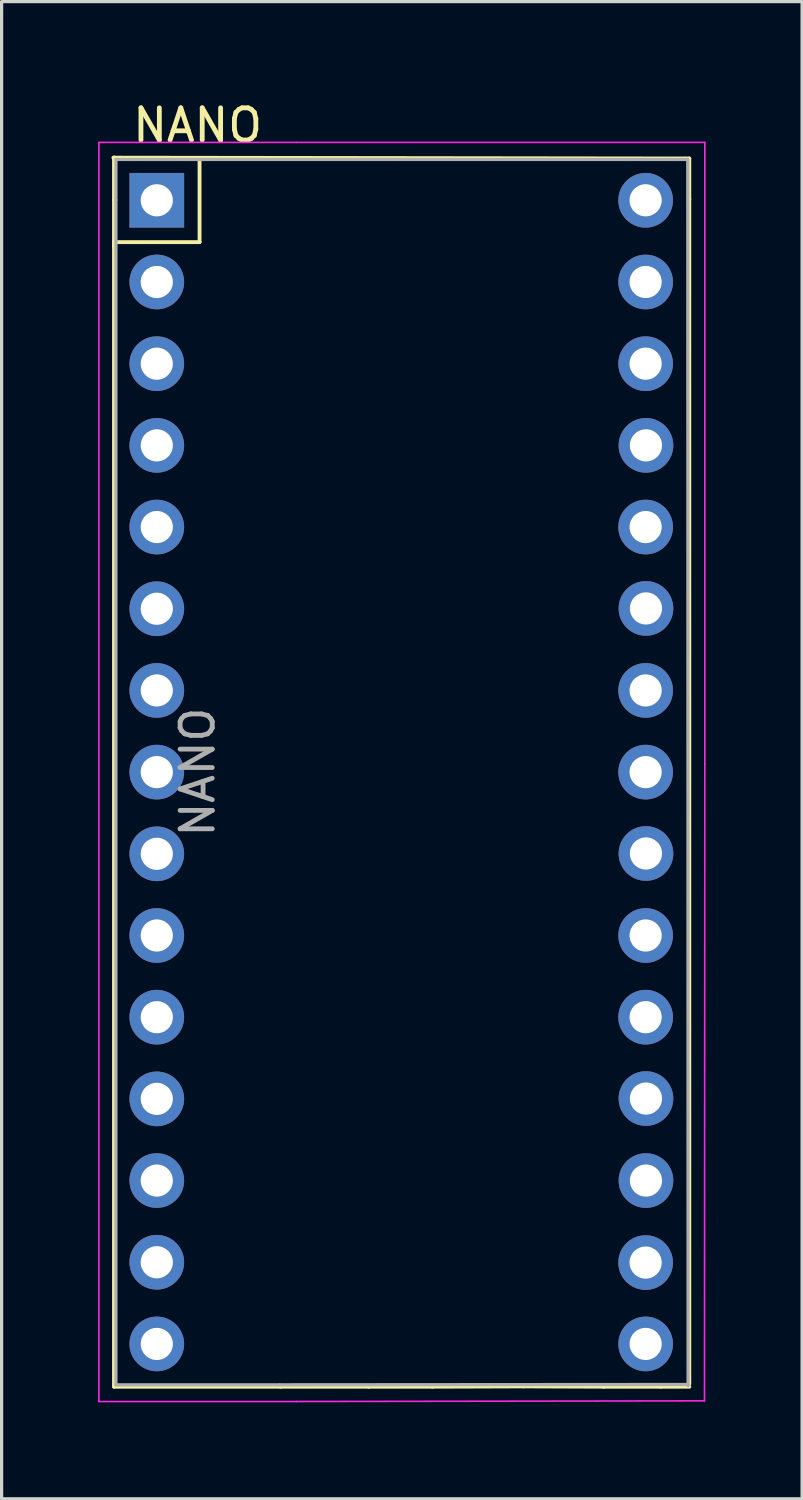
<source format=kicad_pcb>
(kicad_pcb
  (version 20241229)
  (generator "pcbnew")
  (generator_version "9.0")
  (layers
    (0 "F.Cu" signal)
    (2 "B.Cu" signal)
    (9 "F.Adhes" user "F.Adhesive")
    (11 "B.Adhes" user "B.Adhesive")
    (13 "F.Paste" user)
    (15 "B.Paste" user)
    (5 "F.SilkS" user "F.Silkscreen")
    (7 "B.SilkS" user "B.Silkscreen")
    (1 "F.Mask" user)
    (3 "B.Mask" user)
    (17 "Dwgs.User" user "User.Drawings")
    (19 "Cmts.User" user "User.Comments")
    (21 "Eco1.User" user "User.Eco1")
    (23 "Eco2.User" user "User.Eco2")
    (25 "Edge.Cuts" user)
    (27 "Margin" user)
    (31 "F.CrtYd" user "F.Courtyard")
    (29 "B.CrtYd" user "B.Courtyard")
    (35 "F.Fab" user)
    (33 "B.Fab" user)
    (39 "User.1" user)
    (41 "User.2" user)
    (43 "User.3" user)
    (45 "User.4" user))
  (footprint "NANO"
    (layer "F.Cu")
    (at 8.985 20.928)
    (property "Reference" "NANO" (at -5.89 -20.08 0) (layer "F.SilkS") (effects (font (size 1 1) (thickness 0.15))))
    (attr through_hole)
    (fp_line (start -8.509 -19.075) (end 9.246 -19.05) (stroke (width 0.12) (type solid)) (layer "F.SilkS"))
    (fp_line (start -8.49 -17.76) (end -8.49 -16.31) (stroke (width 0.12) (type solid)) (layer "F.SilkS"))
    (fp_line (start -8.49 -17.75) (end -8.49 -19.08) (stroke (width 0.12) (type solid)) (layer "F.SilkS"))
    (fp_line (start -8.49 -16.48) (end -8.49 19.14) (stroke (width 0.12) (type solid)) (layer "F.SilkS"))
    (fp_line (start -8.49 -16.45) (end -5.83 -16.45) (stroke (width 0.12) (type solid)) (layer "F.SilkS"))
    (fp_line (start -8.49 19.14) (end -3.31 19.14) (stroke (width 0.12) (type solid)) (layer "F.SilkS"))
    (fp_line (start -5.83 -16.45) (end -5.83 -19.07) (stroke (width 0.12) (type solid)) (layer "F.SilkS"))
    (fp_line (start -3.31 19.14) (end -0.57 19.14) (stroke (width 0.12) (type solid)) (layer "F.SilkS"))
    (fp_line (start -0.57 19.14) (end 1.41 19.14) (stroke (width 0.12) (type solid)) (layer "F.SilkS"))
    (fp_line (start 1.41 19.14) (end 4.24 19.13) (stroke (width 0.12) (type solid)) (layer "F.SilkS"))
    (fp_line (start 4.24 19.13) (end 6.74 19.14) (stroke (width 0.12) (type solid)) (layer "F.SilkS"))
    (fp_line (start 6.74 19.14) (end 8.51 19.14) (stroke (width 0.12) (type solid)) (layer "F.SilkS"))
    (fp_line (start 8.51 19.14) (end 9.4 19.14) (stroke (width 0.12) (type solid)) (layer "F.SilkS"))
    (fp_line (start 9.398 -19.05) (end 9.271 -19.05) (stroke (width 0.12) (type solid)) (layer "F.SilkS"))
    (fp_line (start 9.398 -17.78) (end 9.398 -19.05) (stroke (width 0.12) (type solid)) (layer "F.SilkS"))
    (fp_line (start 9.398 -17.78) (end 9.398 19.05) (stroke (width 0.12) (type solid)) (layer "F.SilkS"))
    (fp_line (start -8.96 -19.55) (end -8.96 19.6) (stroke (width 0.05) (type solid)) (layer "F.CrtYd"))
    (fp_line (start -8.96 19.6) (end -2.81 19.6) (stroke (width 0.05) (type solid)) (layer "F.CrtYd"))
    (fp_line (start -2.81 -19.55) (end -8.96 -19.55) (stroke (width 0.05) (type solid)) (layer "F.CrtYd"))
    (fp_line (start -2.81 -19.55) (end 9.88 -19.55) (stroke (width 0.05) (type solid)) (layer "F.CrtYd"))
    (fp_line (start -2.81 19.6) (end 9.87 19.58) (stroke (width 0.05) (type solid)) (layer "F.CrtYd"))
    (fp_line (start 9.87 19.58) (end 9.88 -0.23) (stroke (width 0.05) (type solid)) (layer "F.CrtYd"))
    (fp_line (start 9.88 -19.55) (end 9.88 -0.22) (stroke (width 0.05) (type solid)) (layer "F.CrtYd"))
    (fp_line (start -8.43 -19.02) (end -6.9 -19.02) (stroke (width 0.1) (type solid)) (layer "F.Fab"))
    (fp_line (start -8.43 -17.76) (end -8.43 -19.02) (stroke (width 0.1) (type solid)) (layer "F.Fab"))
    (fp_line (start -8.43 19.08) (end -8.43 -17.75) (stroke (width 0.1) (type solid)) (layer "F.Fab"))
    (fp_line (start -6.9 -19.02) (end -3.33 -19.02) (stroke (width 0.1) (type solid)) (layer "F.Fab"))
    (fp_line (start -3.35 19.08) (end -8.43 19.08) (stroke (width 0.1) (type solid)) (layer "F.Fab"))
    (fp_line (start -3.34 -19.02) (end 0.39 -19.02) (stroke (width 0.1) (type solid)) (layer "F.Fab"))
    (fp_line (start -3.33 19.08) (end 9.36 19.07) (stroke (width 0.1) (type solid)) (layer "F.Fab"))
    (fp_line (start 0.39 -19.02) (end 3.09 -19.02) (stroke (width 0.1) (type solid)) (layer "F.Fab"))
    (fp_line (start 3.09 -19.02) (end 6.25 -19.02) (stroke (width 0.1) (type solid)) (layer "F.Fab"))
    (fp_line (start 6.25 -19.02) (end 8.81 -19.02) (stroke (width 0.1) (type solid)) (layer "F.Fab"))
    (fp_line (start 8.81 -19.02) (end 9.35 -19.02) (stroke (width 0.1) (type solid)) (layer "F.Fab"))
    (fp_line (start 9.35 -19.02) (end 9.36 19.11) (stroke (width 0.1) (type solid)) (layer "F.Fab"))
    (fp_text user "${REFERENCE}" (at -5.89 0.03 90) (layer "F.Fab") (effects (font (size 1 1) (thickness 0.15))))
    (pad "1" thru_hole rect (at -7.16 -17.75) (size 1.7 1.7) (drill 1) (layers "*.Cu" "*.Mask"))
    (pad "2" thru_hole oval (at -7.16 -15.21) (size 1.7 1.7) (drill 1) (layers "*.Cu" "*.Mask"))
    (pad "3" thru_hole oval (at -7.16 -12.67) (size 1.7 1.7) (drill 1) (layers "*.Cu" "*.Mask"))
    (pad "4" thru_hole oval (at -7.16 -10.13) (size 1.7 1.7) (drill 1) (layers "*.Cu" "*.Mask"))
    (pad "5" thru_hole oval (at -7.16 -7.59) (size 1.7 1.7) (drill 1) (layers "*.Cu" "*.Mask"))
    (pad "6" thru_hole oval (at -7.16 -5.05) (size 1.7 1.7) (drill 1) (layers "*.Cu" "*.Mask"))
    (pad "7" thru_hole oval (at -7.16 -2.51) (size 1.7 1.7) (drill 1) (layers "*.Cu" "*.Mask"))
    (pad "8" thru_hole oval (at -7.16 0.03) (size 1.7 1.7) (drill 1) (layers "*.Cu" "*.Mask"))
    (pad "9" thru_hole oval (at -7.16 2.57) (size 1.7 1.7) (drill 1) (layers "*.Cu" "*.Mask"))
    (pad "10" thru_hole oval (at -7.16 5.11) (size 1.7 1.7) (drill 1) (layers "*.Cu" "*.Mask"))
    (pad "11" thru_hole oval (at -7.16 7.65) (size 1.7 1.7) (drill 1) (layers "*.Cu" "*.Mask"))
    (pad "12" thru_hole oval (at -7.16 10.19) (size 1.7 1.7) (drill 1) (layers "*.Cu" "*.Mask"))
    (pad "13" thru_hole oval (at -7.16 12.73) (size 1.7 1.7) (drill 1) (layers "*.Cu" "*.Mask"))
    (pad "14" thru_hole oval (at -7.16 15.27) (size 1.7 1.7) (drill 1) (layers "*.Cu" "*.Mask"))
    (pad "15" thru_hole oval (at -7.16 17.81) (size 1.7 1.7) (drill 1) (layers "*.Cu" "*.Mask"))
    (pad "16" thru_hole oval (at 8.04 17.81) (size 1.7 1.7) (drill 1) (layers "*.Cu" "*.Mask"))
    (pad "17" thru_hole oval (at 8.04 15.28) (size 1.7 1.7) (drill 1) (layers "*.Cu" "*.Mask"))
    (pad "18" thru_hole oval (at 8.05 12.73) (size 1.7 1.7) (drill 1) (layers "*.Cu" "*.Mask"))
    (pad "19" thru_hole oval (at 8.05 10.18) (size 1.7 1.7) (drill 1) (layers "*.Cu" "*.Mask"))
    (pad "20" thru_hole oval (at 8.04 7.65) (size 1.7 1.7) (drill 1) (layers "*.Cu" "*.Mask"))
    (pad "21" thru_hole oval (at 8.04 5.11) (size 1.7 1.7) (drill 1) (layers "*.Cu" "*.Mask"))
    (pad "22" thru_hole oval (at 8.05 2.56) (size 1.7 1.7) (drill 1) (layers "*.Cu" "*.Mask"))
    (pad "23" thru_hole oval (at 8.04 0.03) (size 1.7 1.7) (drill 1) (layers "*.Cu" "*.Mask"))
    (pad "24" thru_hole oval (at 8.04 -2.51) (size 1.7 1.7) (drill 1) (layers "*.Cu" "*.Mask"))
    (pad "25" thru_hole oval (at 8.05 -5.06) (size 1.7 1.7) (drill 1) (layers "*.Cu" "*.Mask"))
    (pad "26" thru_hole oval (at 8.04 -7.59) (size 1.7 1.7) (drill 1) (layers "*.Cu" "*.Mask"))
    (pad "27" thru_hole oval (at 8.05 -10.13) (size 1.7 1.7) (drill 1) (layers "*.Cu" "*.Mask"))
    (pad "28" thru_hole oval (at 8.04 -12.67) (size 1.7 1.7) (drill 1) (layers "*.Cu" "*.Mask"))
    (pad "29" thru_hole oval (at 8.04 -15.21) (size 1.7 1.7) (drill 1) (layers "*.Cu" "*.Mask"))
    (pad "30" thru_hole oval (at 8.04 -17.75) (size 1.7 1.7) (drill 1) (layers "*.Cu" "*.Mask")))
  (gr_rect
    (start -3 -3)
    (end 21.89 43.553)
    (stroke (width 0.1) (type default))
    (fill no)
    (layer "Edge.Cuts")))
</source>
